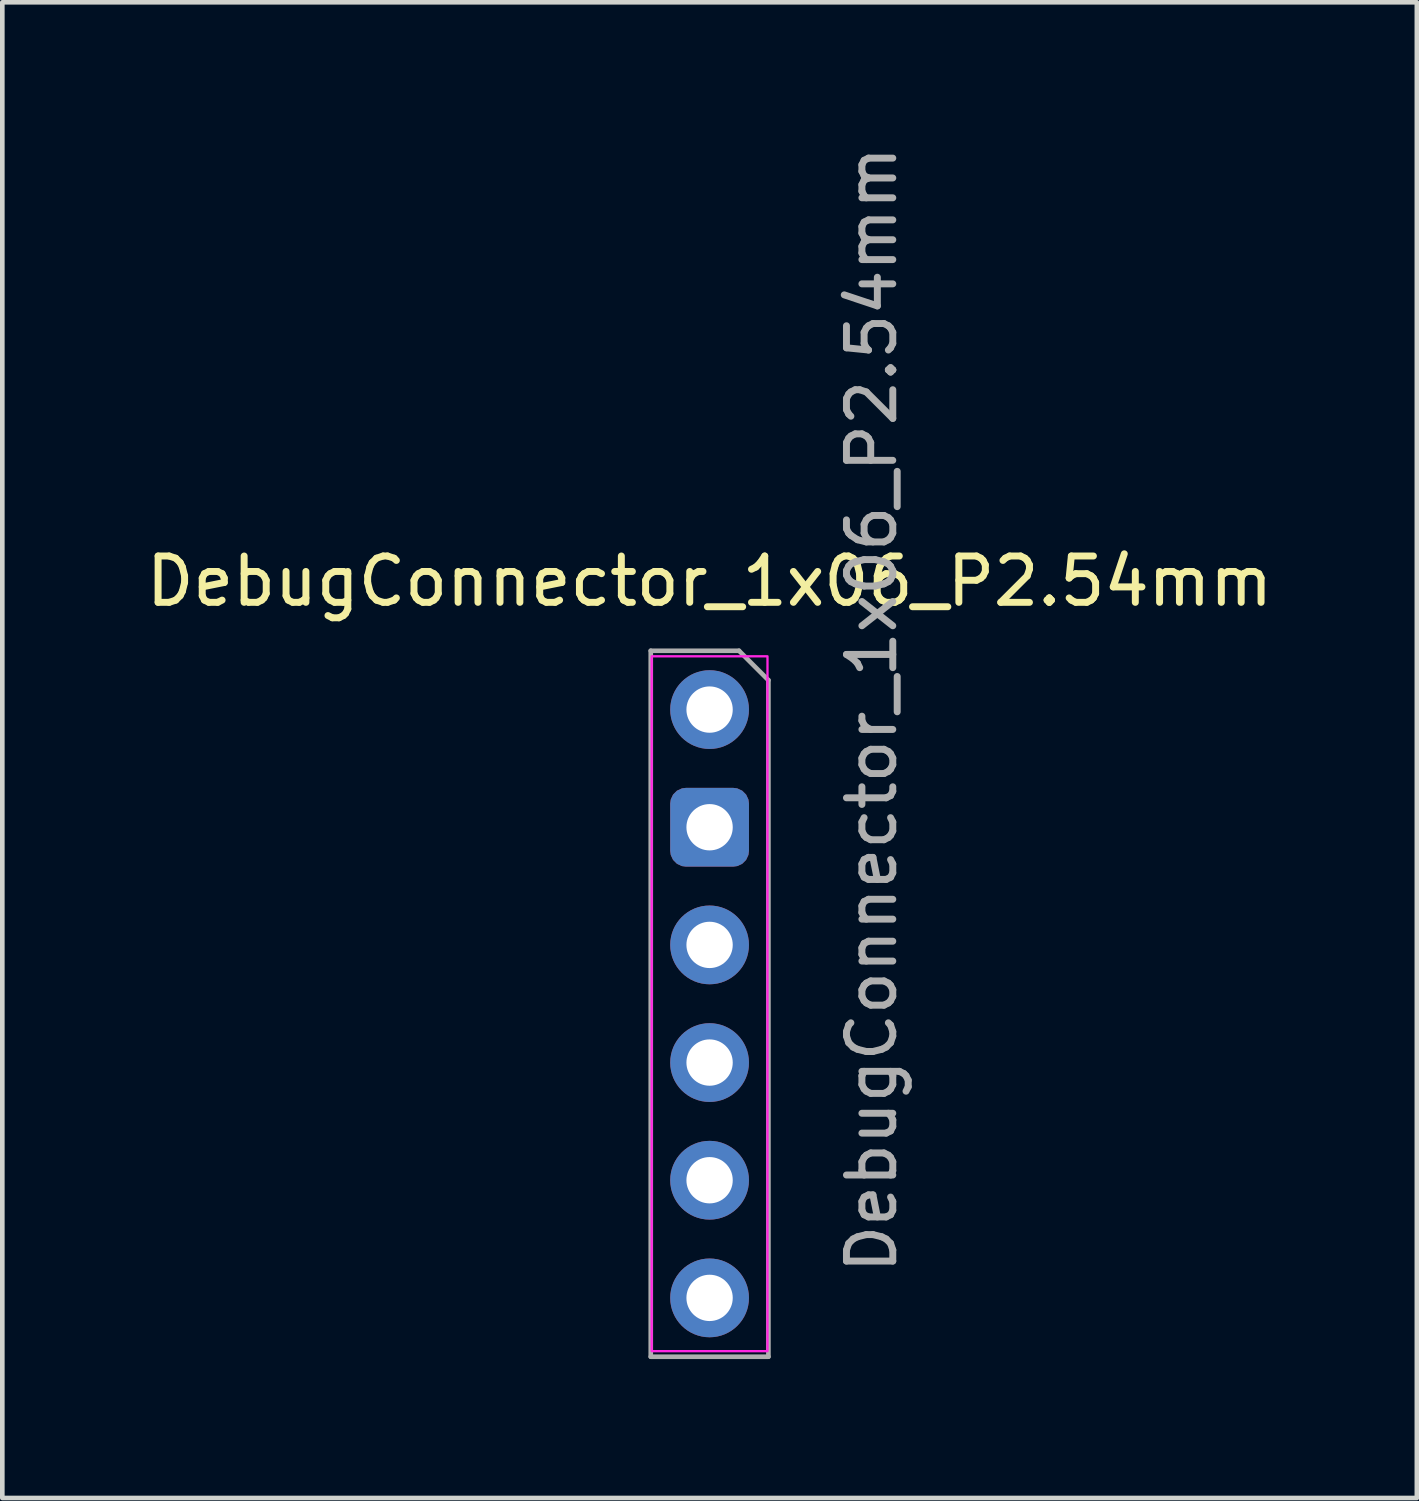
<source format=kicad_pcb>
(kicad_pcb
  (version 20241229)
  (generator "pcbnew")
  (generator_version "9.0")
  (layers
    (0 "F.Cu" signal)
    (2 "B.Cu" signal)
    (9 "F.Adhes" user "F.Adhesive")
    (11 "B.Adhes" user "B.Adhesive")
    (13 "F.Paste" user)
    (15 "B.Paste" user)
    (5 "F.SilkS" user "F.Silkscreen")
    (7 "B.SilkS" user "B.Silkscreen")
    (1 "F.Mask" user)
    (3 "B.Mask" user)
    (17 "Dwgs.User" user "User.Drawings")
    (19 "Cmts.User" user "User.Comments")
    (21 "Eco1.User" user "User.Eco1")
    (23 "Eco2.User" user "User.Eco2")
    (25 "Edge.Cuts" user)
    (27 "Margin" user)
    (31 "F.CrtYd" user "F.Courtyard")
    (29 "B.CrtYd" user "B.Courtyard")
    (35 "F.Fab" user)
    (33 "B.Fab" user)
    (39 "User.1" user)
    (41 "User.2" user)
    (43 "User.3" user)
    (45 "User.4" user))
  (footprint "DebugConnector_1x06_P2.54mm"
    (layer "F.Cu")
    (at 12.268 18.618)
    (property "Reference" "DebugConnector_1x06_P2.54mm" (at 0 -9.12 0) (layer "F.SilkS") (effects (font (size 1 1) (thickness 0.15))))
    (attr through_hole)
    (fp_rect (start -1.25 -7.5) (end 1.25 7.5) (stroke (width 0.05) (type default)) (fill no) (layer "F.CrtYd"))
    (fp_line (start -1.27 -7.62) (end 0.635 -7.62) (stroke (width 0.1) (type solid)) (layer "F.Fab"))
    (fp_line (start -1.27 7.62) (end -1.27 -7.62) (stroke (width 0.1) (type solid)) (layer "F.Fab"))
    (fp_line (start 0.635 -7.62) (end 1.27 -6.985) (stroke (width 0.1) (type solid)) (layer "F.Fab"))
    (fp_line (start 1.27 -6.985) (end 1.27 7.62) (stroke (width 0.1) (type solid)) (layer "F.Fab"))
    (fp_line (start 1.27 7.62) (end -1.27 7.62) (stroke (width 0.1) (type solid)) (layer "F.Fab"))
    (fp_text user "${REFERENCE}" (at 3.5 -6.35 90) (layer "F.Fab") (effects (font (size 1 1) (thickness 0.15))))
    (pad "1" thru_hole circle (at 0 -6.35) (size 1.7 1.7) (drill 1) (layers "*.Cu" "*.Mask"))
    (pad "2" thru_hole roundrect (at 0 -3.81) (size 1.7 1.7) (drill 1) (layers "*.Cu" "*.Mask") (roundrect_rratio 0.2))
    (pad "3" thru_hole oval (at 0 -1.27) (size 1.7 1.7) (drill 1) (layers "*.Cu" "*.Mask"))
    (pad "4" thru_hole oval (at 0 1.27) (size 1.7 1.7) (drill 1) (layers "*.Cu" "*.Mask"))
    (pad "5" thru_hole oval (at 0 3.81) (size 1.7 1.7) (drill 1) (layers "*.Cu" "*.Mask"))
    (pad "6" thru_hole oval (at 0 6.35) (size 1.7 1.7) (drill 1) (layers "*.Cu" "*.Mask")))
  (gr_rect
    (start -3 -3)
    (end 27.536 29.288)
    (stroke (width 0.1) (type default))
    (fill no)
    (layer "Edge.Cuts")))
</source>
